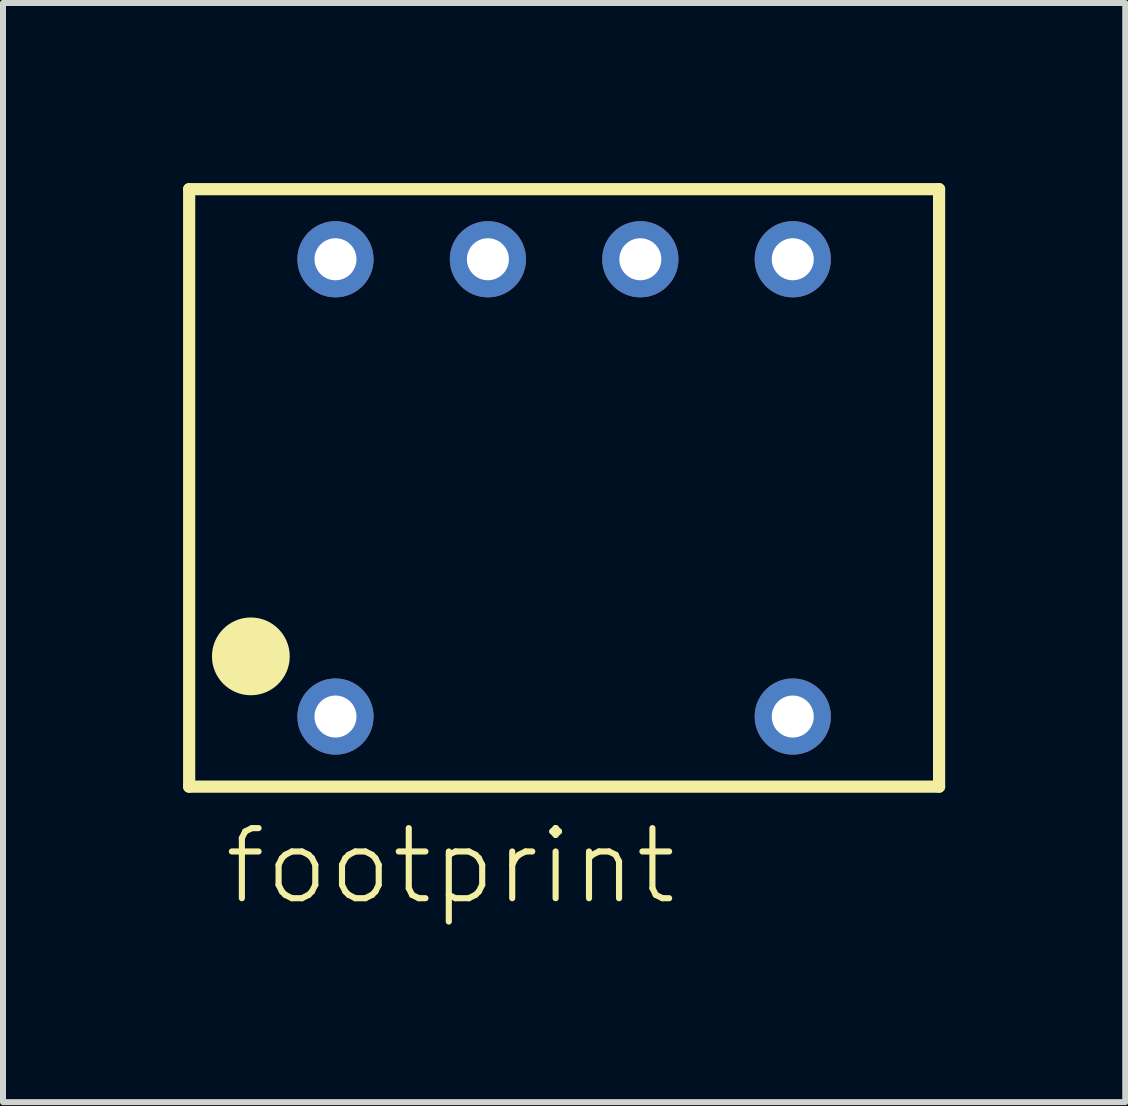
<source format=kicad_pcb>
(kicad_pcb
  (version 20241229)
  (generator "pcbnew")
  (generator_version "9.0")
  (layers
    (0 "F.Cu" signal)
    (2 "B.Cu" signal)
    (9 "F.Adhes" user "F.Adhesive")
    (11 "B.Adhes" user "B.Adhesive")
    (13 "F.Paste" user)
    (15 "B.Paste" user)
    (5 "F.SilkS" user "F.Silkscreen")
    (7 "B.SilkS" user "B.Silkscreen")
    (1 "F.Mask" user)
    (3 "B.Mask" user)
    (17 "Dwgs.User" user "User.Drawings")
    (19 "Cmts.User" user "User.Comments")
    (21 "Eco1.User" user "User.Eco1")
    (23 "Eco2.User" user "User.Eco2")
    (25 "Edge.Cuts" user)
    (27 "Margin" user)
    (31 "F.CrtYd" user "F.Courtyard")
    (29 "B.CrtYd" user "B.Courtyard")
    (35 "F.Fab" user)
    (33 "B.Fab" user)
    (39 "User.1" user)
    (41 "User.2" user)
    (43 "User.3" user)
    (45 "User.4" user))
  (footprint "footprint"
    (layer "F.Cu")
    (at 6.35 5.08)
    (property "Reference" "footprint" (at -5.715 6.985 0) (layer "F.SilkS") (effects (font (size 1.168 1.168) (thickness 0.102)) (justify left bottom)))
    (fp_line (start -6.248 -4.978) (end 6.248 -4.978) (stroke (width 0.203) (type solid)) (layer "F.SilkS"))
    (fp_line (start -6.248 4.978) (end -6.248 -4.978) (stroke (width 0.203) (type solid)) (layer "F.SilkS"))
    (fp_line (start 6.248 -4.978) (end 6.248 4.978) (stroke (width 0.203) (type solid)) (layer "F.SilkS"))
    (fp_line (start 6.248 4.978) (end -6.248 4.978) (stroke (width 0.203) (type solid)) (layer "F.SilkS"))
    (fp_circle (center -5.22 2.807) (end -4.896 2.807) (stroke (width 0.648) (type solid)) (fill yes) (layer "F.SilkS"))
    (pad "1" thru_hole circle (at -3.81 3.81) (size 1.27 1.27) (drill 0.7) (layers "*.Cu" "*.Mask"))
    (pad "4" thru_hole circle (at 3.81 3.81) (size 1.27 1.27) (drill 0.7) (layers "*.Cu" "*.Mask"))
    (pad "5" thru_hole circle (at 3.81 -3.81) (size 1.27 1.27) (drill 0.7) (layers "*.Cu" "*.Mask"))
    (pad "6" thru_hole circle (at 1.27 -3.81) (size 1.27 1.27) (drill 0.7) (layers "*.Cu" "*.Mask"))
    (pad "7" thru_hole circle (at -1.27 -3.81) (size 1.27 1.27) (drill 0.7) (layers "*.Cu" "*.Mask"))
    (pad "8" thru_hole circle (at -3.81 -3.81) (size 1.27 1.27) (drill 0.7) (layers "*.Cu" "*.Mask")))
  (gr_rect
    (start -3 -3)
    (end 15.7 15.315)
    (stroke (width 0.1) (type default))
    (fill no)
    (layer "Edge.Cuts")))
</source>
